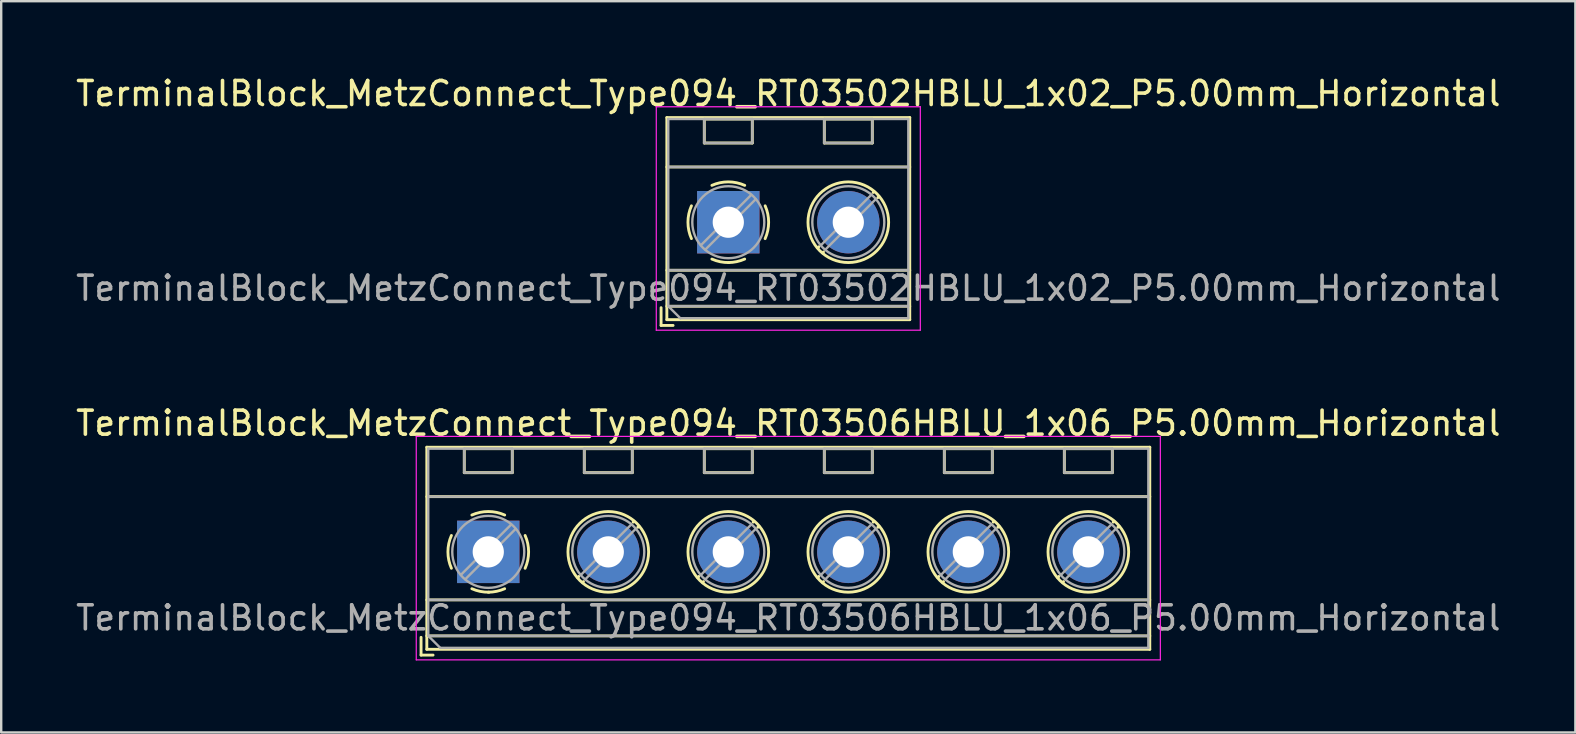
<source format=kicad_pcb>
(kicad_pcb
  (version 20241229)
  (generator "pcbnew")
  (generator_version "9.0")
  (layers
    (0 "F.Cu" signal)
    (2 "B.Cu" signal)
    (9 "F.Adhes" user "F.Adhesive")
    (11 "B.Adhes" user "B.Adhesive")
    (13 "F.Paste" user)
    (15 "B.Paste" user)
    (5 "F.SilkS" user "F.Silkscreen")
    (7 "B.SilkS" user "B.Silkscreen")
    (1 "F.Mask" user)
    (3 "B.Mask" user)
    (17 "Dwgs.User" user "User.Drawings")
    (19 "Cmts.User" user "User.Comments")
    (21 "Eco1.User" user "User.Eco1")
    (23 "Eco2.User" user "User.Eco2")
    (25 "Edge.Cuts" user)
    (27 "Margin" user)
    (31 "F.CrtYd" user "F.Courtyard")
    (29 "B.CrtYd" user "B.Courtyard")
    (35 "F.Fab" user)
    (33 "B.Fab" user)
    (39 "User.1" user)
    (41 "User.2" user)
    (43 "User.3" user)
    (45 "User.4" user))
  (footprint "TerminalBlock_MetzConnect_Type094_RT03502HBLU_1x02_P5.00mm_Horizontal"
    (layer "F.Cu")
    (at 27.292 6.208)
    (property "Reference" "TerminalBlock_MetzConnect_Type094_RT03502HBLU_1x02_P5.00mm_Horizontal" (at 2.5 -5.36 0) (layer "F.SilkS") (effects (font (size 1 1) (thickness 0.15))))
    (attr through_hole)
    (fp_line (start -2.8 3.56) (end -2.8 4.3) (stroke (width 0.12) (type solid)) (layer "F.SilkS"))
    (fp_line (start -2.8 4.3) (end -2.3 4.3) (stroke (width 0.12) (type solid)) (layer "F.SilkS"))
    (fp_line (start -2.56 -4.36) (end -2.56 4.06) (stroke (width 0.12) (type solid)) (layer "F.SilkS"))
    (fp_line (start -2.56 -4.36) (end 7.56 -4.36) (stroke (width 0.12) (type solid)) (layer "F.SilkS"))
    (fp_line (start -2.56 -2.301) (end 7.56 -2.301) (stroke (width 0.12) (type solid)) (layer "F.SilkS"))
    (fp_line (start -2.56 2) (end 7.56 2) (stroke (width 0.12) (type solid)) (layer "F.SilkS"))
    (fp_line (start -2.56 3.5) (end 7.56 3.5) (stroke (width 0.12) (type solid)) (layer "F.SilkS"))
    (fp_line (start -2.56 4.06) (end 7.56 4.06) (stroke (width 0.12) (type solid)) (layer "F.SilkS"))
    (fp_line (start -1 -4.3) (end -1 -3.3) (stroke (width 0.12) (type solid)) (layer "F.SilkS"))
    (fp_line (start -1 -4.3) (end 1 -4.3) (stroke (width 0.12) (type solid)) (layer "F.SilkS"))
    (fp_line (start -1 -3.3) (end 1 -3.3) (stroke (width 0.12) (type solid)) (layer "F.SilkS"))
    (fp_line (start 1 -4.3) (end 1 -3.3) (stroke (width 0.12) (type solid)) (layer "F.SilkS"))
    (fp_line (start 3.773 1.023) (end 3.726 1.069) (stroke (width 0.12) (type solid)) (layer "F.SilkS"))
    (fp_line (start 3.966 1.239) (end 3.931 1.274) (stroke (width 0.12) (type solid)) (layer "F.SilkS"))
    (fp_line (start 4 -4.3) (end 4 -3.3) (stroke (width 0.12) (type solid)) (layer "F.SilkS"))
    (fp_line (start 4 -4.3) (end 6 -4.3) (stroke (width 0.12) (type solid)) (layer "F.SilkS"))
    (fp_line (start 4 -3.3) (end 6 -3.3) (stroke (width 0.12) (type solid)) (layer "F.SilkS"))
    (fp_line (start 6 -4.3) (end 6 -3.3) (stroke (width 0.12) (type solid)) (layer "F.SilkS"))
    (fp_line (start 6.07 -1.275) (end 6.035 -1.239) (stroke (width 0.12) (type solid)) (layer "F.SilkS"))
    (fp_line (start 6.275 -1.069) (end 6.228 -1.023) (stroke (width 0.12) (type solid)) (layer "F.SilkS"))
    (fp_line (start 7.56 -4.36) (end 7.56 4.06) (stroke (width 0.12) (type solid)) (layer "F.SilkS"))
    (fp_arc (start -1.535427 0.683042) (mid -1.680501 -0.000524) (end -1.535 -0.684) (stroke (width 0.12) (type solid)) (layer "F.SilkS"))
    (fp_arc (start -0.683042 -1.535427) (mid 0.000524 -1.680501) (end 0.684 -1.535) (stroke (width 0.12) (type solid)) (layer "F.SilkS"))
    (fp_arc (start 0.028805 1.680253) (mid -0.335551 1.646659) (end -0.684 1.535) (stroke (width 0.12) (type solid)) (layer "F.SilkS"))
    (fp_arc (start 0.683318 1.534756) (mid 0.349292 1.643288) (end 0 1.68) (stroke (width 0.12) (type solid)) (layer "F.SilkS"))
    (fp_arc (start 1.535427 -0.683042) (mid 1.680501 0.000524) (end 1.535 0.684) (stroke (width 0.12) (type solid)) (layer "F.SilkS"))
    (fp_circle (center 5 0) (end 6.68 0) (stroke (width 0.12) (type solid)) (fill no) (layer "F.SilkS"))
    (fp_line (start -3 -4.81) (end -3 4.5) (stroke (width 0.05) (type solid)) (layer "F.CrtYd"))
    (fp_line (start -3 4.5) (end 8 4.5) (stroke (width 0.05) (type solid)) (layer "F.CrtYd"))
    (fp_line (start 8 -4.81) (end -3 -4.81) (stroke (width 0.05) (type solid)) (layer "F.CrtYd"))
    (fp_line (start 8 4.5) (end 8 -4.81) (stroke (width 0.05) (type solid)) (layer "F.CrtYd"))
    (fp_line (start -2.5 -4.3) (end 7.5 -4.3) (stroke (width 0.1) (type solid)) (layer "F.Fab"))
    (fp_line (start -2.5 -2.3) (end 7.5 -2.3) (stroke (width 0.1) (type solid)) (layer "F.Fab"))
    (fp_line (start -2.5 2) (end 7.5 2) (stroke (width 0.1) (type solid)) (layer "F.Fab"))
    (fp_line (start -2.5 3.5) (end -2.5 -4.3) (stroke (width 0.1) (type solid)) (layer "F.Fab"))
    (fp_line (start -2.5 3.5) (end 7.5 3.5) (stroke (width 0.1) (type solid)) (layer "F.Fab"))
    (fp_line (start -2 4) (end -2.5 3.5) (stroke (width 0.1) (type solid)) (layer "F.Fab"))
    (fp_line (start -1 -4.3) (end -1 -3.3) (stroke (width 0.1) (type solid)) (layer "F.Fab"))
    (fp_line (start -1 -3.3) (end 1 -3.3) (stroke (width 0.1) (type solid)) (layer "F.Fab"))
    (fp_line (start 0.955 -1.138) (end -1.138 0.955) (stroke (width 0.1) (type solid)) (layer "F.Fab"))
    (fp_line (start 1 -4.3) (end -1 -4.3) (stroke (width 0.1) (type solid)) (layer "F.Fab"))
    (fp_line (start 1 -3.3) (end 1 -4.3) (stroke (width 0.1) (type solid)) (layer "F.Fab"))
    (fp_line (start 1.138 -0.955) (end -0.955 1.138) (stroke (width 0.1) (type solid)) (layer "F.Fab"))
    (fp_line (start 4 -4.3) (end 4 -3.3) (stroke (width 0.1) (type solid)) (layer "F.Fab"))
    (fp_line (start 4 -3.3) (end 6 -3.3) (stroke (width 0.1) (type solid)) (layer "F.Fab"))
    (fp_line (start 5.955 -1.138) (end 3.863 0.955) (stroke (width 0.1) (type solid)) (layer "F.Fab"))
    (fp_line (start 6 -4.3) (end 4 -4.3) (stroke (width 0.1) (type solid)) (layer "F.Fab"))
    (fp_line (start 6 -3.3) (end 6 -4.3) (stroke (width 0.1) (type solid)) (layer "F.Fab"))
    (fp_line (start 6.138 -0.955) (end 4.046 1.138) (stroke (width 0.1) (type solid)) (layer "F.Fab"))
    (fp_line (start 7.5 -4.3) (end 7.5 4) (stroke (width 0.1) (type solid)) (layer "F.Fab"))
    (fp_line (start 7.5 4) (end -2 4) (stroke (width 0.1) (type solid)) (layer "F.Fab"))
    (fp_circle (center 0 0) (end 1.5 0) (stroke (width 0.1) (type solid)) (fill no) (layer "F.Fab"))
    (fp_circle (center 5 0) (end 6.5 0) (stroke (width 0.1) (type solid)) (fill no) (layer "F.Fab"))
    (fp_text user "${REFERENCE}" (at 2.5 2.75 0) (layer "F.Fab") (effects (font (size 1 1) (thickness 0.15))))
    (pad "1" thru_hole rect (at 0 0) (size 2.6 2.6) (drill 1.3) (layers "*.Cu" "*.Mask"))
    (pad "2" thru_hole circle (at 5 0) (size 2.6 2.6) (drill 1.3) (layers "*.Cu" "*.Mask")))
  (footprint "TerminalBlock_MetzConnect_Type094_RT03506HBLU_1x06_P5.00mm_Horizontal"
    (layer "F.Cu")
    (at 17.292 19.942)
    (property "Reference" "TerminalBlock_MetzConnect_Type094_RT03506HBLU_1x06_P5.00mm_Horizontal" (at 12.5 -5.36 0) (layer "F.SilkS") (effects (font (size 1 1) (thickness 0.15))))
    (attr through_hole)
    (fp_line (start -2.8 3.56) (end -2.8 4.3) (stroke (width 0.12) (type solid)) (layer "F.SilkS"))
    (fp_line (start -2.8 4.3) (end -2.3 4.3) (stroke (width 0.12) (type solid)) (layer "F.SilkS"))
    (fp_line (start -2.56 -4.36) (end -2.56 4.06) (stroke (width 0.12) (type solid)) (layer "F.SilkS"))
    (fp_line (start -2.56 -4.36) (end 27.56 -4.36) (stroke (width 0.12) (type solid)) (layer "F.SilkS"))
    (fp_line (start -2.56 -2.301) (end 27.56 -2.301) (stroke (width 0.12) (type solid)) (layer "F.SilkS"))
    (fp_line (start -2.56 2) (end 27.56 2) (stroke (width 0.12) (type solid)) (layer "F.SilkS"))
    (fp_line (start -2.56 3.5) (end 27.56 3.5) (stroke (width 0.12) (type solid)) (layer "F.SilkS"))
    (fp_line (start -2.56 4.06) (end 27.56 4.06) (stroke (width 0.12) (type solid)) (layer "F.SilkS"))
    (fp_line (start -1 -4.3) (end -1 -3.3) (stroke (width 0.12) (type solid)) (layer "F.SilkS"))
    (fp_line (start -1 -4.3) (end 1 -4.3) (stroke (width 0.12) (type solid)) (layer "F.SilkS"))
    (fp_line (start -1 -3.3) (end 1 -3.3) (stroke (width 0.12) (type solid)) (layer "F.SilkS"))
    (fp_line (start 1 -4.3) (end 1 -3.3) (stroke (width 0.12) (type solid)) (layer "F.SilkS"))
    (fp_line (start 3.773 1.023) (end 3.726 1.069) (stroke (width 0.12) (type solid)) (layer "F.SilkS"))
    (fp_line (start 3.966 1.239) (end 3.931 1.274) (stroke (width 0.12) (type solid)) (layer "F.SilkS"))
    (fp_line (start 4 -4.3) (end 4 -3.3) (stroke (width 0.12) (type solid)) (layer "F.SilkS"))
    (fp_line (start 4 -4.3) (end 6 -4.3) (stroke (width 0.12) (type solid)) (layer "F.SilkS"))
    (fp_line (start 4 -3.3) (end 6 -3.3) (stroke (width 0.12) (type solid)) (layer "F.SilkS"))
    (fp_line (start 6 -4.3) (end 6 -3.3) (stroke (width 0.12) (type solid)) (layer "F.SilkS"))
    (fp_line (start 6.07 -1.275) (end 6.035 -1.239) (stroke (width 0.12) (type solid)) (layer "F.SilkS"))
    (fp_line (start 6.275 -1.069) (end 6.228 -1.023) (stroke (width 0.12) (type solid)) (layer "F.SilkS"))
    (fp_line (start 8.773 1.023) (end 8.726 1.069) (stroke (width 0.12) (type solid)) (layer "F.SilkS"))
    (fp_line (start 8.966 1.239) (end 8.931 1.274) (stroke (width 0.12) (type solid)) (layer "F.SilkS"))
    (fp_line (start 9 -4.3) (end 9 -3.3) (stroke (width 0.12) (type solid)) (layer "F.SilkS"))
    (fp_line (start 9 -4.3) (end 11 -4.3) (stroke (width 0.12) (type solid)) (layer "F.SilkS"))
    (fp_line (start 9 -3.3) (end 11 -3.3) (stroke (width 0.12) (type solid)) (layer "F.SilkS"))
    (fp_line (start 11 -4.3) (end 11 -3.3) (stroke (width 0.12) (type solid)) (layer "F.SilkS"))
    (fp_line (start 11.07 -1.275) (end 11.035 -1.239) (stroke (width 0.12) (type solid)) (layer "F.SilkS"))
    (fp_line (start 11.275 -1.069) (end 11.228 -1.023) (stroke (width 0.12) (type solid)) (layer "F.SilkS"))
    (fp_line (start 13.773 1.023) (end 13.726 1.069) (stroke (width 0.12) (type solid)) (layer "F.SilkS"))
    (fp_line (start 13.966 1.239) (end 13.931 1.274) (stroke (width 0.12) (type solid)) (layer "F.SilkS"))
    (fp_line (start 14 -4.3) (end 14 -3.3) (stroke (width 0.12) (type solid)) (layer "F.SilkS"))
    (fp_line (start 14 -4.3) (end 16 -4.3) (stroke (width 0.12) (type solid)) (layer "F.SilkS"))
    (fp_line (start 14 -3.3) (end 16 -3.3) (stroke (width 0.12) (type solid)) (layer "F.SilkS"))
    (fp_line (start 16 -4.3) (end 16 -3.3) (stroke (width 0.12) (type solid)) (layer "F.SilkS"))
    (fp_line (start 16.07 -1.275) (end 16.035 -1.239) (stroke (width 0.12) (type solid)) (layer "F.SilkS"))
    (fp_line (start 16.275 -1.069) (end 16.228 -1.023) (stroke (width 0.12) (type solid)) (layer "F.SilkS"))
    (fp_line (start 18.773 1.023) (end 18.726 1.069) (stroke (width 0.12) (type solid)) (layer "F.SilkS"))
    (fp_line (start 18.966 1.239) (end 18.931 1.274) (stroke (width 0.12) (type solid)) (layer "F.SilkS"))
    (fp_line (start 19 -4.3) (end 19 -3.3) (stroke (width 0.12) (type solid)) (layer "F.SilkS"))
    (fp_line (start 19 -4.3) (end 21 -4.3) (stroke (width 0.12) (type solid)) (layer "F.SilkS"))
    (fp_line (start 19 -3.3) (end 21 -3.3) (stroke (width 0.12) (type solid)) (layer "F.SilkS"))
    (fp_line (start 21 -4.3) (end 21 -3.3) (stroke (width 0.12) (type solid)) (layer "F.SilkS"))
    (fp_line (start 21.07 -1.275) (end 21.035 -1.239) (stroke (width 0.12) (type solid)) (layer "F.SilkS"))
    (fp_line (start 21.275 -1.069) (end 21.228 -1.023) (stroke (width 0.12) (type solid)) (layer "F.SilkS"))
    (fp_line (start 23.773 1.023) (end 23.726 1.069) (stroke (width 0.12) (type solid)) (layer "F.SilkS"))
    (fp_line (start 23.966 1.239) (end 23.931 1.274) (stroke (width 0.12) (type solid)) (layer "F.SilkS"))
    (fp_line (start 24 -4.3) (end 24 -3.3) (stroke (width 0.12) (type solid)) (layer "F.SilkS"))
    (fp_line (start 24 -4.3) (end 26 -4.3) (stroke (width 0.12) (type solid)) (layer "F.SilkS"))
    (fp_line (start 24 -3.3) (end 26 -3.3) (stroke (width 0.12) (type solid)) (layer "F.SilkS"))
    (fp_line (start 26 -4.3) (end 26 -3.3) (stroke (width 0.12) (type solid)) (layer "F.SilkS"))
    (fp_line (start 26.07 -1.275) (end 26.035 -1.239) (stroke (width 0.12) (type solid)) (layer "F.SilkS"))
    (fp_line (start 26.275 -1.069) (end 26.228 -1.023) (stroke (width 0.12) (type solid)) (layer "F.SilkS"))
    (fp_line (start 27.56 -4.36) (end 27.56 4.06) (stroke (width 0.12) (type solid)) (layer "F.SilkS"))
    (fp_arc (start -1.535427 0.683042) (mid -1.680501 -0.000524) (end -1.535 -0.684) (stroke (width 0.12) (type solid)) (layer "F.SilkS"))
    (fp_arc (start -0.683042 -1.535427) (mid 0.000524 -1.680501) (end 0.684 -1.535) (stroke (width 0.12) (type solid)) (layer "F.SilkS"))
    (fp_arc (start 0.028805 1.680253) (mid -0.335551 1.646659) (end -0.684 1.535) (stroke (width 0.12) (type solid)) (layer "F.SilkS"))
    (fp_arc (start 0.683318 1.534756) (mid 0.349292 1.643288) (end 0 1.68) (stroke (width 0.12) (type solid)) (layer "F.SilkS"))
    (fp_arc (start 1.535427 -0.683042) (mid 1.680501 0.000524) (end 1.535 0.684) (stroke (width 0.12) (type solid)) (layer "F.SilkS"))
    (fp_circle (center 5 0) (end 6.68 0) (stroke (width 0.12) (type solid)) (fill no) (layer "F.SilkS"))
    (fp_circle (center 10 0) (end 11.68 0) (stroke (width 0.12) (type solid)) (fill no) (layer "F.SilkS"))
    (fp_circle (center 15 0) (end 16.68 0) (stroke (width 0.12) (type solid)) (fill no) (layer "F.SilkS"))
    (fp_circle (center 20 0) (end 21.68 0) (stroke (width 0.12) (type solid)) (fill no) (layer "F.SilkS"))
    (fp_circle (center 25 0) (end 26.68 0) (stroke (width 0.12) (type solid)) (fill no) (layer "F.SilkS"))
    (fp_line (start -3 -4.81) (end -3 4.5) (stroke (width 0.05) (type solid)) (layer "F.CrtYd"))
    (fp_line (start -3 4.5) (end 28 4.5) (stroke (width 0.05) (type solid)) (layer "F.CrtYd"))
    (fp_line (start 28 -4.81) (end -3 -4.81) (stroke (width 0.05) (type solid)) (layer "F.CrtYd"))
    (fp_line (start 28 4.5) (end 28 -4.81) (stroke (width 0.05) (type solid)) (layer "F.CrtYd"))
    (fp_line (start -2.5 -4.3) (end 27.5 -4.3) (stroke (width 0.1) (type solid)) (layer "F.Fab"))
    (fp_line (start -2.5 -2.3) (end 27.5 -2.3) (stroke (width 0.1) (type solid)) (layer "F.Fab"))
    (fp_line (start -2.5 2) (end 27.5 2) (stroke (width 0.1) (type solid)) (layer "F.Fab"))
    (fp_line (start -2.5 3.5) (end -2.5 -4.3) (stroke (width 0.1) (type solid)) (layer "F.Fab"))
    (fp_line (start -2.5 3.5) (end 27.5 3.5) (stroke (width 0.1) (type solid)) (layer "F.Fab"))
    (fp_line (start -2 4) (end -2.5 3.5) (stroke (width 0.1) (type solid)) (layer "F.Fab"))
    (fp_line (start -1 -4.3) (end -1 -3.3) (stroke (width 0.1) (type solid)) (layer "F.Fab"))
    (fp_line (start -1 -3.3) (end 1 -3.3) (stroke (width 0.1) (type solid)) (layer "F.Fab"))
    (fp_line (start 0.955 -1.138) (end -1.138 0.955) (stroke (width 0.1) (type solid)) (layer "F.Fab"))
    (fp_line (start 1 -4.3) (end -1 -4.3) (stroke (width 0.1) (type solid)) (layer "F.Fab"))
    (fp_line (start 1 -3.3) (end 1 -4.3) (stroke (width 0.1) (type solid)) (layer "F.Fab"))
    (fp_line (start 1.138 -0.955) (end -0.955 1.138) (stroke (width 0.1) (type solid)) (layer "F.Fab"))
    (fp_line (start 4 -4.3) (end 4 -3.3) (stroke (width 0.1) (type solid)) (layer "F.Fab"))
    (fp_line (start 4 -3.3) (end 6 -3.3) (stroke (width 0.1) (type solid)) (layer "F.Fab"))
    (fp_line (start 5.955 -1.138) (end 3.863 0.955) (stroke (width 0.1) (type solid)) (layer "F.Fab"))
    (fp_line (start 6 -4.3) (end 4 -4.3) (stroke (width 0.1) (type solid)) (layer "F.Fab"))
    (fp_line (start 6 -3.3) (end 6 -4.3) (stroke (width 0.1) (type solid)) (layer "F.Fab"))
    (fp_line (start 6.138 -0.955) (end 4.046 1.138) (stroke (width 0.1) (type solid)) (layer "F.Fab"))
    (fp_line (start 9 -4.3) (end 9 -3.3) (stroke (width 0.1) (type solid)) (layer "F.Fab"))
    (fp_line (start 9 -3.3) (end 11 -3.3) (stroke (width 0.1) (type solid)) (layer "F.Fab"))
    (fp_line (start 10.955 -1.138) (end 8.863 0.955) (stroke (width 0.1) (type solid)) (layer "F.Fab"))
    (fp_line (start 11 -4.3) (end 9 -4.3) (stroke (width 0.1) (type solid)) (layer "F.Fab"))
    (fp_line (start 11 -3.3) (end 11 -4.3) (stroke (width 0.1) (type solid)) (layer "F.Fab"))
    (fp_line (start 11.138 -0.955) (end 9.046 1.138) (stroke (width 0.1) (type solid)) (layer "F.Fab"))
    (fp_line (start 14 -4.3) (end 14 -3.3) (stroke (width 0.1) (type solid)) (layer "F.Fab"))
    (fp_line (start 14 -3.3) (end 16 -3.3) (stroke (width 0.1) (type solid)) (layer "F.Fab"))
    (fp_line (start 15.955 -1.138) (end 13.863 0.955) (stroke (width 0.1) (type solid)) (layer "F.Fab"))
    (fp_line (start 16 -4.3) (end 14 -4.3) (stroke (width 0.1) (type solid)) (layer "F.Fab"))
    (fp_line (start 16 -3.3) (end 16 -4.3) (stroke (width 0.1) (type solid)) (layer "F.Fab"))
    (fp_line (start 16.138 -0.955) (end 14.046 1.138) (stroke (width 0.1) (type solid)) (layer "F.Fab"))
    (fp_line (start 19 -4.3) (end 19 -3.3) (stroke (width 0.1) (type solid)) (layer "F.Fab"))
    (fp_line (start 19 -3.3) (end 21 -3.3) (stroke (width 0.1) (type solid)) (layer "F.Fab"))
    (fp_line (start 20.955 -1.138) (end 18.863 0.955) (stroke (width 0.1) (type solid)) (layer "F.Fab"))
    (fp_line (start 21 -4.3) (end 19 -4.3) (stroke (width 0.1) (type solid)) (layer "F.Fab"))
    (fp_line (start 21 -3.3) (end 21 -4.3) (stroke (width 0.1) (type solid)) (layer "F.Fab"))
    (fp_line (start 21.138 -0.955) (end 19.046 1.138) (stroke (width 0.1) (type solid)) (layer "F.Fab"))
    (fp_line (start 24 -4.3) (end 24 -3.3) (stroke (width 0.1) (type solid)) (layer "F.Fab"))
    (fp_line (start 24 -3.3) (end 26 -3.3) (stroke (width 0.1) (type solid)) (layer "F.Fab"))
    (fp_line (start 25.955 -1.138) (end 23.863 0.955) (stroke (width 0.1) (type solid)) (layer "F.Fab"))
    (fp_line (start 26 -4.3) (end 24 -4.3) (stroke (width 0.1) (type solid)) (layer "F.Fab"))
    (fp_line (start 26 -3.3) (end 26 -4.3) (stroke (width 0.1) (type solid)) (layer "F.Fab"))
    (fp_line (start 26.138 -0.955) (end 24.046 1.138) (stroke (width 0.1) (type solid)) (layer "F.Fab"))
    (fp_line (start 27.5 -4.3) (end 27.5 4) (stroke (width 0.1) (type solid)) (layer "F.Fab"))
    (fp_line (start 27.5 4) (end -2 4) (stroke (width 0.1) (type solid)) (layer "F.Fab"))
    (fp_circle (center 0 0) (end 1.5 0) (stroke (width 0.1) (type solid)) (fill no) (layer "F.Fab"))
    (fp_circle (center 5 0) (end 6.5 0) (stroke (width 0.1) (type solid)) (fill no) (layer "F.Fab"))
    (fp_circle (center 10 0) (end 11.5 0) (stroke (width 0.1) (type solid)) (fill no) (layer "F.Fab"))
    (fp_circle (center 15 0) (end 16.5 0) (stroke (width 0.1) (type solid)) (fill no) (layer "F.Fab"))
    (fp_circle (center 20 0) (end 21.5 0) (stroke (width 0.1) (type solid)) (fill no) (layer "F.Fab"))
    (fp_circle (center 25 0) (end 26.5 0) (stroke (width 0.1) (type solid)) (fill no) (layer "F.Fab"))
    (fp_text user "${REFERENCE}" (at 12.5 2.75 0) (layer "F.Fab") (effects (font (size 1 1) (thickness 0.15))))
    (pad "1" thru_hole rect (at 0 0) (size 2.6 2.6) (drill 1.3) (layers "*.Cu" "*.Mask"))
    (pad "2" thru_hole circle (at 5 0) (size 2.6 2.6) (drill 1.3) (layers "*.Cu" "*.Mask"))
    (pad "3" thru_hole circle (at 10 0) (size 2.6 2.6) (drill 1.3) (layers "*.Cu" "*.Mask"))
    (pad "4" thru_hole circle (at 15 0) (size 2.6 2.6) (drill 1.3) (layers "*.Cu" "*.Mask"))
    (pad "5" thru_hole circle (at 20 0) (size 2.6 2.6) (drill 1.3) (layers "*.Cu" "*.Mask"))
    (pad "6" thru_hole circle (at 25 0) (size 2.6 2.6) (drill 1.3) (layers "*.Cu" "*.Mask")))
  (gr_rect
    (start -3 -3)
    (end 62.583 27.466)
    (stroke (width 0.1) (type default))
    (fill no)
    (layer "Edge.Cuts")))
</source>
